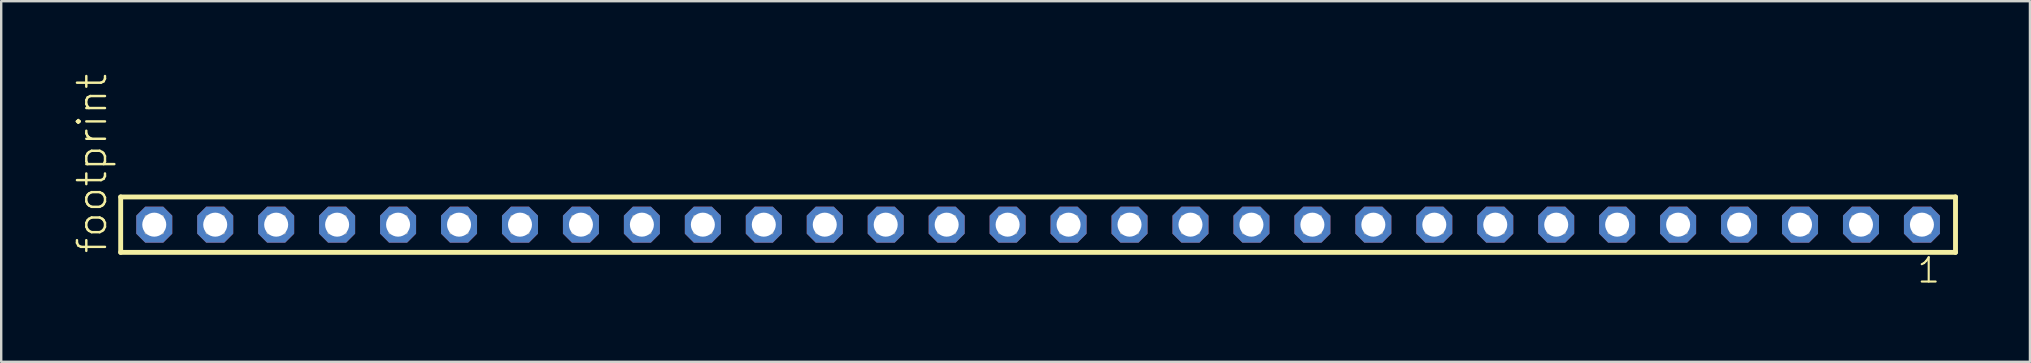
<source format=kicad_pcb>
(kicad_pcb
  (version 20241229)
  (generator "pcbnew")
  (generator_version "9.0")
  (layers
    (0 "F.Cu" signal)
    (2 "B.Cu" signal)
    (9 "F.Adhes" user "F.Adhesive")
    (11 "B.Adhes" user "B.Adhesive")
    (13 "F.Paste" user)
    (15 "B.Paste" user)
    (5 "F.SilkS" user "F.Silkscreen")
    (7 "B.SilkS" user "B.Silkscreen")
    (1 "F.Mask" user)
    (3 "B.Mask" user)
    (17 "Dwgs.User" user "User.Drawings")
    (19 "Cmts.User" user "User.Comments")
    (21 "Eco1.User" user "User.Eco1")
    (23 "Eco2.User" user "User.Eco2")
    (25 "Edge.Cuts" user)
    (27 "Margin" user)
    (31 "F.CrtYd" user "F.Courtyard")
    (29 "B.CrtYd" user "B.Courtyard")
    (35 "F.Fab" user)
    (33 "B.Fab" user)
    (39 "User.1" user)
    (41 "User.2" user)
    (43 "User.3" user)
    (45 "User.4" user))
  (footprint "footprint"
    (layer "F.Cu")
    (at 40.208 6.312)
    (property "Reference" "footprint" (at -38.735 1.27 90) (layer "F.SilkS") (effects (font (size 1.168 1.168) (thickness 0.102)) (justify left bottom)))
    (fp_line (start -38.229 -1.155) (end 38.229 -1.155) (stroke (width 0.203) (type solid)) (layer "F.SilkS"))
    (fp_line (start -38.229 1.155) (end -38.229 -1.155) (stroke (width 0.203) (type solid)) (layer "F.SilkS"))
    (fp_line (start 38.229 -1.155) (end 38.229 1.155) (stroke (width 0.203) (type solid)) (layer "F.SilkS"))
    (fp_line (start 38.229 1.155) (end -38.229 1.155) (stroke (width 0.203) (type solid)) (layer "F.SilkS"))
    (fp_poly (pts (xy -37.18 0.35) (xy -36.48 0.35) (xy -36.48 -0.35) (xy -37.18 -0.35)) (stroke (width 0.1) (type solid)) (fill no) (layer "F.Fab"))
    (fp_poly (pts (xy -34.64 0.35) (xy -33.94 0.35) (xy -33.94 -0.35) (xy -34.64 -0.35)) (stroke (width 0.1) (type solid)) (fill no) (layer "F.Fab"))
    (fp_poly (pts (xy -32.1 0.35) (xy -31.4 0.35) (xy -31.4 -0.35) (xy -32.1 -0.35)) (stroke (width 0.1) (type solid)) (fill no) (layer "F.Fab"))
    (fp_poly (pts (xy -29.56 0.35) (xy -28.86 0.35) (xy -28.86 -0.35) (xy -29.56 -0.35)) (stroke (width 0.1) (type solid)) (fill no) (layer "F.Fab"))
    (fp_poly (pts (xy -27.02 0.35) (xy -26.32 0.35) (xy -26.32 -0.35) (xy -27.02 -0.35)) (stroke (width 0.1) (type solid)) (fill no) (layer "F.Fab"))
    (fp_poly (pts (xy -24.48 0.35) (xy -23.78 0.35) (xy -23.78 -0.35) (xy -24.48 -0.35)) (stroke (width 0.1) (type solid)) (fill no) (layer "F.Fab"))
    (fp_poly (pts (xy -21.94 0.35) (xy -21.24 0.35) (xy -21.24 -0.35) (xy -21.94 -0.35)) (stroke (width 0.1) (type solid)) (fill no) (layer "F.Fab"))
    (fp_poly (pts (xy -19.4 0.35) (xy -18.7 0.35) (xy -18.7 -0.35) (xy -19.4 -0.35)) (stroke (width 0.1) (type solid)) (fill no) (layer "F.Fab"))
    (fp_poly (pts (xy -16.86 0.35) (xy -16.16 0.35) (xy -16.16 -0.35) (xy -16.86 -0.35)) (stroke (width 0.1) (type solid)) (fill no) (layer "F.Fab"))
    (fp_poly (pts (xy -14.32 0.35) (xy -13.62 0.35) (xy -13.62 -0.35) (xy -14.32 -0.35)) (stroke (width 0.1) (type solid)) (fill no) (layer "F.Fab"))
    (fp_poly (pts (xy -11.78 0.35) (xy -11.08 0.35) (xy -11.08 -0.35) (xy -11.78 -0.35)) (stroke (width 0.1) (type solid)) (fill no) (layer "F.Fab"))
    (fp_poly (pts (xy -9.24 0.35) (xy -8.54 0.35) (xy -8.54 -0.35) (xy -9.24 -0.35)) (stroke (width 0.1) (type solid)) (fill no) (layer "F.Fab"))
    (fp_poly (pts (xy -6.7 0.35) (xy -6 0.35) (xy -6 -0.35) (xy -6.7 -0.35)) (stroke (width 0.1) (type solid)) (fill no) (layer "F.Fab"))
    (fp_poly (pts (xy -4.16 0.35) (xy -3.46 0.35) (xy -3.46 -0.35) (xy -4.16 -0.35)) (stroke (width 0.1) (type solid)) (fill no) (layer "F.Fab"))
    (fp_poly (pts (xy -1.62 0.35) (xy -0.92 0.35) (xy -0.92 -0.35) (xy -1.62 -0.35)) (stroke (width 0.1) (type solid)) (fill no) (layer "F.Fab"))
    (fp_poly (pts (xy 0.92 0.35) (xy 1.62 0.35) (xy 1.62 -0.35) (xy 0.92 -0.35)) (stroke (width 0.1) (type solid)) (fill no) (layer "F.Fab"))
    (fp_poly (pts (xy 3.46 0.35) (xy 4.16 0.35) (xy 4.16 -0.35) (xy 3.46 -0.35)) (stroke (width 0.1) (type solid)) (fill no) (layer "F.Fab"))
    (fp_poly (pts (xy 6 0.35) (xy 6.7 0.35) (xy 6.7 -0.35) (xy 6 -0.35)) (stroke (width 0.1) (type solid)) (fill no) (layer "F.Fab"))
    (fp_poly (pts (xy 8.54 0.35) (xy 9.24 0.35) (xy 9.24 -0.35) (xy 8.54 -0.35)) (stroke (width 0.1) (type solid)) (fill no) (layer "F.Fab"))
    (fp_poly (pts (xy 11.08 0.35) (xy 11.78 0.35) (xy 11.78 -0.35) (xy 11.08 -0.35)) (stroke (width 0.1) (type solid)) (fill no) (layer "F.Fab"))
    (fp_poly (pts (xy 13.62 0.35) (xy 14.32 0.35) (xy 14.32 -0.35) (xy 13.62 -0.35)) (stroke (width 0.1) (type solid)) (fill no) (layer "F.Fab"))
    (fp_poly (pts (xy 16.16 0.35) (xy 16.86 0.35) (xy 16.86 -0.35) (xy 16.16 -0.35)) (stroke (width 0.1) (type solid)) (fill no) (layer "F.Fab"))
    (fp_poly (pts (xy 18.7 0.35) (xy 19.4 0.35) (xy 19.4 -0.35) (xy 18.7 -0.35)) (stroke (width 0.1) (type solid)) (fill no) (layer "F.Fab"))
    (fp_poly (pts (xy 21.24 0.35) (xy 21.94 0.35) (xy 21.94 -0.35) (xy 21.24 -0.35)) (stroke (width 0.1) (type solid)) (fill no) (layer "F.Fab"))
    (fp_poly (pts (xy 23.78 0.35) (xy 24.48 0.35) (xy 24.48 -0.35) (xy 23.78 -0.35)) (stroke (width 0.1) (type solid)) (fill no) (layer "F.Fab"))
    (fp_poly (pts (xy 26.32 0.35) (xy 27.02 0.35) (xy 27.02 -0.35) (xy 26.32 -0.35)) (stroke (width 0.1) (type solid)) (fill no) (layer "F.Fab"))
    (fp_poly (pts (xy 28.86 0.35) (xy 29.56 0.35) (xy 29.56 -0.35) (xy 28.86 -0.35)) (stroke (width 0.1) (type solid)) (fill no) (layer "F.Fab"))
    (fp_poly (pts (xy 31.4 0.35) (xy 32.1 0.35) (xy 32.1 -0.35) (xy 31.4 -0.35)) (stroke (width 0.1) (type solid)) (fill no) (layer "F.Fab"))
    (fp_poly (pts (xy 33.94 0.35) (xy 34.64 0.35) (xy 34.64 -0.35) (xy 33.94 -0.35)) (stroke (width 0.1) (type solid)) (fill no) (layer "F.Fab"))
    (fp_poly (pts (xy 36.48 0.35) (xy 37.18 0.35) (xy 37.18 -0.35) (xy 36.48 -0.35)) (stroke (width 0.1) (type solid)) (fill no) (layer "F.Fab"))
    (fp_text user "1" (at 36.572 2.498 0) (layer "F.SilkS") (effects (font (size 1.012 1.012) (thickness 0.088)) (justify left bottom)))
    (pad "1" thru_hole roundrect (at 36.83 0 180) (size 1.5 1.5) (drill 1) (layers "*.Cu" "*.Mask") (roundrect_rratio 0.25) (chamfer_ratio 0.25) (chamfer top_left top_right bottom_left bottom_right))
    (pad "2" thru_hole roundrect (at 34.29 0 180) (size 1.5 1.5) (drill 1) (layers "*.Cu" "*.Mask") (roundrect_rratio 0.25) (chamfer_ratio 0.25) (chamfer top_left top_right bottom_left bottom_right))
    (pad "3" thru_hole roundrect (at 31.75 0 180) (size 1.5 1.5) (drill 1) (layers "*.Cu" "*.Mask") (roundrect_rratio 0.25) (chamfer_ratio 0.25) (chamfer top_left top_right bottom_left bottom_right))
    (pad "4" thru_hole roundrect (at 29.21 0 180) (size 1.5 1.5) (drill 1) (layers "*.Cu" "*.Mask") (roundrect_rratio 0.25) (chamfer_ratio 0.25) (chamfer top_left top_right bottom_left bottom_right))
    (pad "5" thru_hole roundrect (at 26.67 0 180) (size 1.5 1.5) (drill 1) (layers "*.Cu" "*.Mask") (roundrect_rratio 0.25) (chamfer_ratio 0.25) (chamfer top_left top_right bottom_left bottom_right))
    (pad "6" thru_hole roundrect (at 24.13 0 180) (size 1.5 1.5) (drill 1) (layers "*.Cu" "*.Mask") (roundrect_rratio 0.25) (chamfer_ratio 0.25) (chamfer top_left top_right bottom_left bottom_right))
    (pad "7" thru_hole roundrect (at 21.59 0 180) (size 1.5 1.5) (drill 1) (layers "*.Cu" "*.Mask") (roundrect_rratio 0.25) (chamfer_ratio 0.25) (chamfer top_left top_right bottom_left bottom_right))
    (pad "8" thru_hole roundrect (at 19.05 0 180) (size 1.5 1.5) (drill 1) (layers "*.Cu" "*.Mask") (roundrect_rratio 0.25) (chamfer_ratio 0.25) (chamfer top_left top_right bottom_left bottom_right))
    (pad "9" thru_hole roundrect (at 16.51 0 180) (size 1.5 1.5) (drill 1) (layers "*.Cu" "*.Mask") (roundrect_rratio 0.25) (chamfer_ratio 0.25) (chamfer top_left top_right bottom_left bottom_right))
    (pad "10" thru_hole roundrect (at 13.97 0 180) (size 1.5 1.5) (drill 1) (layers "*.Cu" "*.Mask") (roundrect_rratio 0.25) (chamfer_ratio 0.25) (chamfer top_left top_right bottom_left bottom_right))
    (pad "11" thru_hole roundrect (at 11.43 0 180) (size 1.5 1.5) (drill 1) (layers "*.Cu" "*.Mask") (roundrect_rratio 0.25) (chamfer_ratio 0.25) (chamfer top_left top_right bottom_left bottom_right))
    (pad "12" thru_hole roundrect (at 8.89 0 180) (size 1.5 1.5) (drill 1) (layers "*.Cu" "*.Mask") (roundrect_rratio 0.25) (chamfer_ratio 0.25) (chamfer top_left top_right bottom_left bottom_right))
    (pad "13" thru_hole roundrect (at 6.35 0 180) (size 1.5 1.5) (drill 1) (layers "*.Cu" "*.Mask") (roundrect_rratio 0.25) (chamfer_ratio 0.25) (chamfer top_left top_right bottom_left bottom_right))
    (pad "14" thru_hole roundrect (at 3.81 0 180) (size 1.5 1.5) (drill 1) (layers "*.Cu" "*.Mask") (roundrect_rratio 0.25) (chamfer_ratio 0.25) (chamfer top_left top_right bottom_left bottom_right))
    (pad "15" thru_hole roundrect (at 1.27 0 180) (size 1.5 1.5) (drill 1) (layers "*.Cu" "*.Mask") (roundrect_rratio 0.25) (chamfer_ratio 0.25) (chamfer top_left top_right bottom_left bottom_right))
    (pad "16" thru_hole roundrect (at -1.27 0 180) (size 1.5 1.5) (drill 1) (layers "*.Cu" "*.Mask") (roundrect_rratio 0.25) (chamfer_ratio 0.25) (chamfer top_left top_right bottom_left bottom_right))
    (pad "17" thru_hole roundrect (at -3.81 0 180) (size 1.5 1.5) (drill 1) (layers "*.Cu" "*.Mask") (roundrect_rratio 0.25) (chamfer_ratio 0.25) (chamfer top_left top_right bottom_left bottom_right))
    (pad "18" thru_hole roundrect (at -6.35 0 180) (size 1.5 1.5) (drill 1) (layers "*.Cu" "*.Mask") (roundrect_rratio 0.25) (chamfer_ratio 0.25) (chamfer top_left top_right bottom_left bottom_right))
    (pad "19" thru_hole roundrect (at -8.89 0 180) (size 1.5 1.5) (drill 1) (layers "*.Cu" "*.Mask") (roundrect_rratio 0.25) (chamfer_ratio 0.25) (chamfer top_left top_right bottom_left bottom_right))
    (pad "20" thru_hole roundrect (at -11.43 0 180) (size 1.5 1.5) (drill 1) (layers "*.Cu" "*.Mask") (roundrect_rratio 0.25) (chamfer_ratio 0.25) (chamfer top_left top_right bottom_left bottom_right))
    (pad "21" thru_hole roundrect (at -13.97 0 180) (size 1.5 1.5) (drill 1) (layers "*.Cu" "*.Mask") (roundrect_rratio 0.25) (chamfer_ratio 0.25) (chamfer top_left top_right bottom_left bottom_right))
    (pad "22" thru_hole roundrect (at -16.51 0 180) (size 1.5 1.5) (drill 1) (layers "*.Cu" "*.Mask") (roundrect_rratio 0.25) (chamfer_ratio 0.25) (chamfer top_left top_right bottom_left bottom_right))
    (pad "23" thru_hole roundrect (at -19.05 0 180) (size 1.5 1.5) (drill 1) (layers "*.Cu" "*.Mask") (roundrect_rratio 0.25) (chamfer_ratio 0.25) (chamfer top_left top_right bottom_left bottom_right))
    (pad "24" thru_hole roundrect (at -21.59 0 180) (size 1.5 1.5) (drill 1) (layers "*.Cu" "*.Mask") (roundrect_rratio 0.25) (chamfer_ratio 0.25) (chamfer top_left top_right bottom_left bottom_right))
    (pad "25" thru_hole roundrect (at -24.13 0 180) (size 1.5 1.5) (drill 1) (layers "*.Cu" "*.Mask") (roundrect_rratio 0.25) (chamfer_ratio 0.25) (chamfer top_left top_right bottom_left bottom_right))
    (pad "26" thru_hole roundrect (at -26.67 0 180) (size 1.5 1.5) (drill 1) (layers "*.Cu" "*.Mask") (roundrect_rratio 0.25) (chamfer_ratio 0.25) (chamfer top_left top_right bottom_left bottom_right))
    (pad "27" thru_hole roundrect (at -29.21 0 180) (size 1.5 1.5) (drill 1) (layers "*.Cu" "*.Mask") (roundrect_rratio 0.25) (chamfer_ratio 0.25) (chamfer top_left top_right bottom_left bottom_right))
    (pad "28" thru_hole roundrect (at -31.75 0 180) (size 1.5 1.5) (drill 1) (layers "*.Cu" "*.Mask") (roundrect_rratio 0.25) (chamfer_ratio 0.25) (chamfer top_left top_right bottom_left bottom_right))
    (pad "29" thru_hole roundrect (at -34.29 0 180) (size 1.5 1.5) (drill 1) (layers "*.Cu" "*.Mask") (roundrect_rratio 0.25) (chamfer_ratio 0.25) (chamfer top_left top_right bottom_left bottom_right))
    (pad "30" thru_hole roundrect (at -36.83 0 180) (size 1.5 1.5) (drill 1) (layers "*.Cu" "*.Mask") (roundrect_rratio 0.25) (chamfer_ratio 0.25) (chamfer top_left top_right bottom_left bottom_right)))
  (gr_rect
    (start -3 -3)
    (end 81.539 12.027)
    (stroke (width 0.1) (type default))
    (fill no)
    (layer "Edge.Cuts")))
</source>
